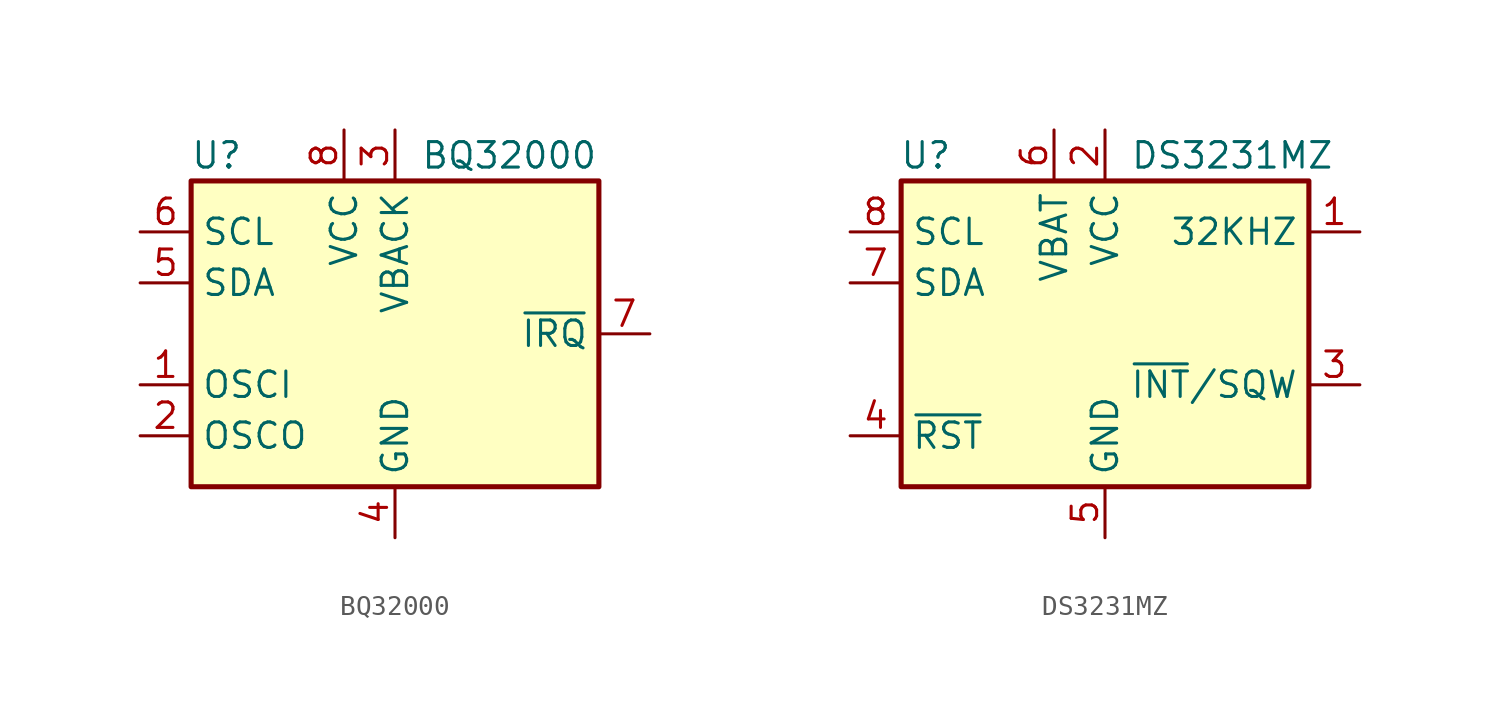
<source format=kicad_sym>
(kicad_symbol_lib
  (version 20201005)
  (generator kicad_symbol_editor)
  (symbol "BQ32000"
    (property "Reference" "U"
      (at -8.89 8.89 0)
      (effects (font (size 1.27 1.27))))
    (property "Value" "BQ32000"
      (at 1.27 8.89 0)
      (effects (font (size 1.27 1.27)) (justify left)))
    (symbol "BQ32000_0_1"
      (rectangle (start -10.16 7.62) (end 10.16 -7.62) (stroke (width 0.254)) (fill (type background))))
    (symbol "BQ32000_1_1"
      (pin input line (at -12.7 -2.54 0) (length 2.54) (name "OSCI" (effects (font (size 1.27 1.27)))) (number "1" (effects (font (size 1.27 1.27)))))
      (pin input line (at -12.7 -5.08 0) (length 2.54) (name "OSCO" (effects (font (size 1.27 1.27)))) (number "2" (effects (font (size 1.27 1.27)))))
      (pin power_in line (at 0 10.16 270) (length 2.54) (name "VBACK" (effects (font (size 1.27 1.27)))) (number "3" (effects (font (size 1.27 1.27)))))
      (pin power_in line (at 0 -10.16 90) (length 2.54) (name "GND" (effects (font (size 1.27 1.27)))) (number "4" (effects (font (size 1.27 1.27)))))
      (pin bidirectional line (at -12.7 2.54 0) (length 2.54) (name "SDA" (effects (font (size 1.27 1.27)))) (number "5" (effects (font (size 1.27 1.27)))))
      (pin input line (at -12.7 5.08 0) (length 2.54) (name "SCL" (effects (font (size 1.27 1.27)))) (number "6" (effects (font (size 1.27 1.27)))))
      (pin open_collector line (at 12.7 0 180) (length 2.54) (name "~IRQ" (effects (font (size 1.27 1.27)))) (number "7" (effects (font (size 1.27 1.27)))))
      (pin power_in line (at -2.54 10.16 270) (length 2.54) (name "VCC" (effects (font (size 1.27 1.27)))) (number "8" (effects (font (size 1.27 1.27)))))))
  (symbol "DS3231MZ"
    (property "Reference" "U"
      (at -7.62 8.89 0)
      (effects (font (size 1.27 1.27)) (justify right)))
    (property "Value" "DS3231MZ"
      (at 11.43 8.89 0)
      (effects (font (size 1.27 1.27)) (justify right)))
    (symbol "DS3231MZ_0_1"
      (rectangle (start -10.16 7.62) (end 10.16 -7.62) (stroke (width 0.254)) (fill (type background))))
    (symbol "DS3231MZ_1_1"
      (pin open_collector line (at 12.7 5.08 180) (length 2.54) (name "32KHZ" (effects (font (size 1.27 1.27)))) (number "1" (effects (font (size 1.27 1.27)))))
      (pin power_in line (at 0 10.16 270) (length 2.54) (name "VCC" (effects (font (size 1.27 1.27)))) (number "2" (effects (font (size 1.27 1.27)))))
      (pin open_collector line (at 12.7 -2.54 180) (length 2.54) (name "~INT~/SQW" (effects (font (size 1.27 1.27)))) (number "3" (effects (font (size 1.27 1.27)))))
      (pin bidirectional line (at -12.7 -5.08 0) (length 2.54) (name "~RST" (effects (font (size 1.27 1.27)))) (number "4" (effects (font (size 1.27 1.27)))))
      (pin power_in line (at 0 -10.16 90) (length 2.54) (name "GND" (effects (font (size 1.27 1.27)))) (number "5" (effects (font (size 1.27 1.27)))))
      (pin power_in line (at -2.54 10.16 270) (length 2.54) (name "VBAT" (effects (font (size 1.27 1.27)))) (number "6" (effects (font (size 1.27 1.27)))))
      (pin bidirectional line (at -12.7 2.54 0) (length 2.54) (name "SDA" (effects (font (size 1.27 1.27)))) (number "7" (effects (font (size 1.27 1.27)))))
      (pin input line (at -12.7 5.08 0) (length 2.54) (name "SCL" (effects (font (size 1.27 1.27)))) (number "8" (effects (font (size 1.27 1.27))))))))
</source>
